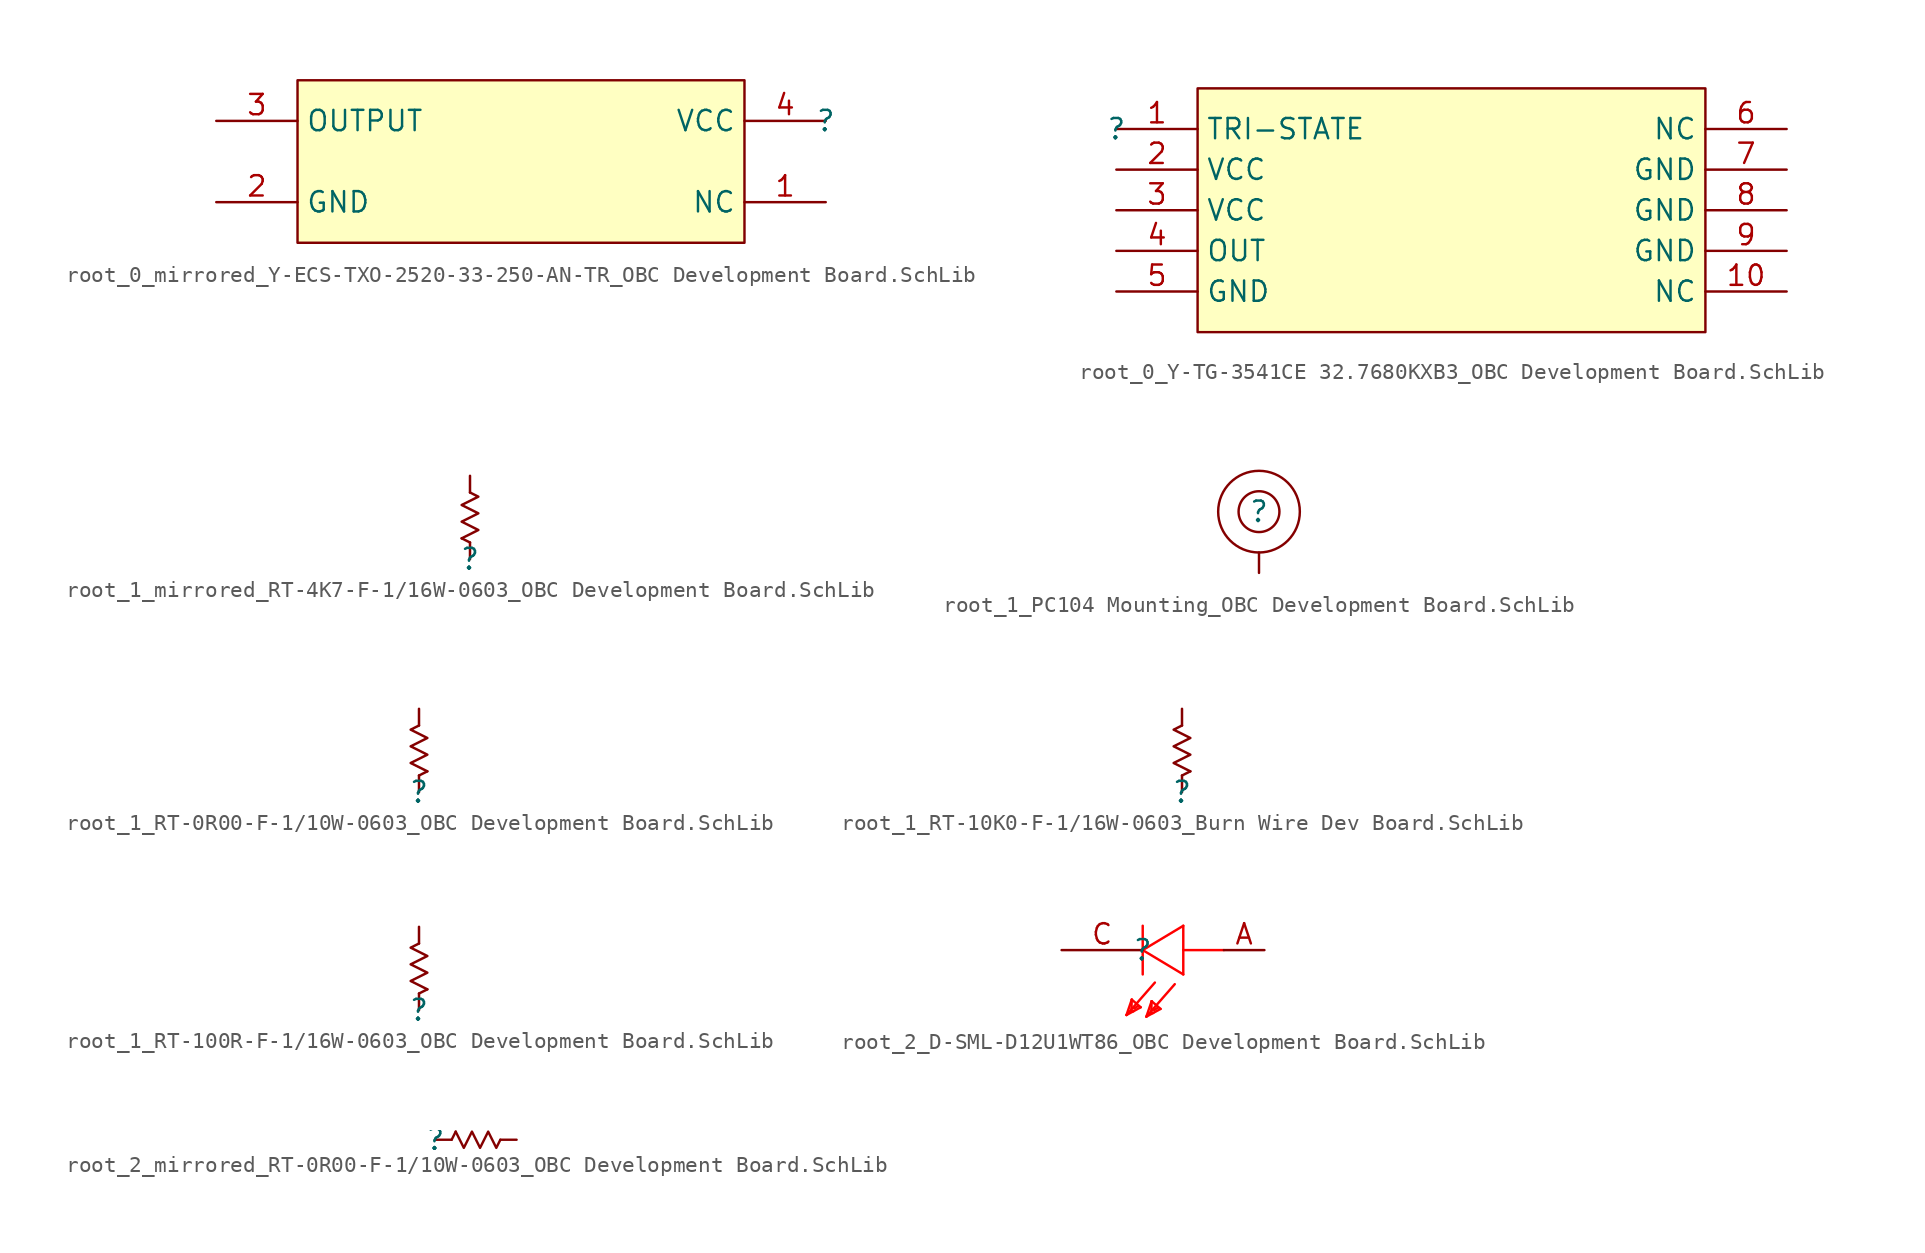
<source format=kicad_sym>
(kicad_symbol_lib
  (version 20241209)
  (generator "kicad_symbol_editor")
  (generator_version "9.0")
  (symbol "root_0_mirrored_Y-ECS-TXO-2520-33-250-AN-TR_OBC Development Board.SchLib"
    (property "Reference" ""
      (at 0 0 0)
      (effects (font (size 1.27 1.27))))
    (property "Value" ""
      (at 0 0 0)
      (effects (font (size 1.27 1.27))))
    (symbol "root_0_mirrored_Y-ECS-TXO-2520-33-250-AN-TR_OBC Development Board.SchLib_1_0"
      (rectangle (start -5.08 2.54) (end -33.02 -7.62) (stroke (width 0) (type solid) (color 128 0 0 1)) (fill (type background)))
      (pin passive line (at -38.1 0 0) (length 5.08) (name "OUTPUT" (effects (font (size 1.27 1.27)))) (number "3" (effects (font (size 1.27 1.27)))))
      (pin passive line (at -38.1 -5.08 0) (length 5.08) (name "GND" (effects (font (size 1.27 1.27)))) (number "2" (effects (font (size 1.27 1.27)))))
      (pin passive line (at 0 0 180) (length 5.08) (name "VCC" (effects (font (size 1.27 1.27)))) (number "4" (effects (font (size 1.27 1.27)))))
      (pin passive line (at 0 -5.08 180) (length 5.08) (name "NC" (effects (font (size 1.27 1.27)))) (number "1" (effects (font (size 1.27 1.27)))))))
  (symbol "root_0_Y-TG-3541CE 32.7680KXB3_OBC Development Board.SchLib"
    (property "Reference" ""
      (at 0 0 0)
      (effects (font (size 1.27 1.27))))
    (property "Value" ""
      (at 0 0 0)
      (effects (font (size 1.27 1.27))))
    (symbol "root_0_Y-TG-3541CE 32.7680KXB3_OBC Development Board.SchLib_1_0"
      (rectangle (start 36.83 2.54) (end 5.08 -12.7) (stroke (width 0) (type solid) (color 128 0 0 1)) (fill (type background)))
      (pin passive line (at 0 0 0) (length 5.08) (name "TRI-STATE" (effects (font (size 1.27 1.27)))) (number "1" (effects (font (size 1.27 1.27)))))
      (pin passive line (at 0 -2.54 0) (length 5.08) (name "VCC" (effects (font (size 1.27 1.27)))) (number "2" (effects (font (size 1.27 1.27)))))
      (pin passive line (at 0 -5.08 0) (length 5.08) (name "VCC" (effects (font (size 1.27 1.27)))) (number "3" (effects (font (size 1.27 1.27)))))
      (pin passive line (at 0 -7.62 0) (length 5.08) (name "OUT" (effects (font (size 1.27 1.27)))) (number "4" (effects (font (size 1.27 1.27)))))
      (pin passive line (at 0 -10.16 0) (length 5.08) (name "GND" (effects (font (size 1.27 1.27)))) (number "5" (effects (font (size 1.27 1.27)))))
      (pin passive line (at 41.91 0 180) (length 5.08) (name "NC" (effects (font (size 1.27 1.27)))) (number "6" (effects (font (size 1.27 1.27)))))
      (pin passive line (at 41.91 -2.54 180) (length 5.08) (name "GND" (effects (font (size 1.27 1.27)))) (number "7" (effects (font (size 1.27 1.27)))))
      (pin passive line (at 41.91 -5.08 180) (length 5.08) (name "GND" (effects (font (size 1.27 1.27)))) (number "8" (effects (font (size 1.27 1.27)))))
      (pin passive line (at 41.91 -7.62 180) (length 5.08) (name "GND" (effects (font (size 1.27 1.27)))) (number "9" (effects (font (size 1.27 1.27)))))
      (pin passive line (at 41.91 -10.16 180) (length 5.08) (name "NC" (effects (font (size 1.27 1.27)))) (number "10" (effects (font (size 1.27 1.27)))))))
  (symbol "root_1_mirrored_RT-4K7-F-1/16W-0603_OBC Development Board.SchLib"
    (pin_numbers
      (hide yes))
    (pin_names
      (hide yes))
    (property "Reference" ""
      (at 0 0 0)
      (effects (font (size 1.27 1.27))))
    (property "Value" ""
      (at 0 0 0)
      (effects (font (size 1.27 1.27))))
    (symbol "root_1_mirrored_RT-4K7-F-1/16W-0603_OBC Development Board.SchLib_1_0"
      (polyline (pts (xy -0.508 1.27) (xy 0 1.016)) (stroke (width 0) (type solid)) (fill (type none)))
      (polyline (pts (xy -0.508 1.27) (xy 0.508 1.778) (xy -0.508 2.286) (xy 0.508 2.794) (xy -0.508 3.302) (xy 0.508 3.81) (xy 0 4.064)) (stroke (width 0) (type solid)) (fill (type none)))
      (pin passive line (at 0 5.08 270) (length 1.016) (name "" (effects (font (size 1.27 1.27)))) (number "2" (effects (font (size 1.27 1.27)))))
      (pin passive line (at 0 0 90) (length 1.016) (name "" (effects (font (size 1.27 1.27)))) (number "1" (effects (font (size 1.27 1.27)))))))
  (symbol "root_1_PC104 Mounting_OBC Development Board.SchLib"
    (pin_numbers
      (hide yes))
    (pin_names
      (hide yes))
    (property "Reference" ""
      (at 0 0 0)
      (effects (font (size 1.27 1.27))))
    (property "Value" ""
      (at 0 0 0)
      (effects (font (size 1.27 1.27))))
    (symbol "root_1_PC104 Mounting_OBC Development Board.SchLib_1_0"
      (circle (center 0 0) (radius 1.27) (stroke (width 0) (type solid)) (fill (type none)))
      (circle (center 0 0) (radius 2.54) (stroke (width 0) (type solid)) (fill (type none)))
      (pin passive line (at 0 -3.81 90) (length 1.27) (name "" (effects (font (size 1.27 1.27)))) (number "1" (effects (font (size 1.27 1.27)))))))
  (symbol "root_1_RT-0R00-F-1/10W-0603_OBC Development Board.SchLib"
    (pin_numbers
      (hide yes))
    (pin_names
      (hide yes))
    (property "Reference" ""
      (at 0 0 0)
      (effects (font (size 1.27 1.27))))
    (property "Value" ""
      (at 0 0 0)
      (effects (font (size 1.27 1.27))))
    (symbol "root_1_RT-0R00-F-1/10W-0603_OBC Development Board.SchLib_1_0"
      (polyline (pts (xy 0.508 1.27) (xy 0 1.016)) (stroke (width 0) (type solid)) (fill (type none)))
      (polyline (pts (xy 0.508 1.27) (xy -0.508 1.778) (xy 0.508 2.286) (xy -0.508 2.794) (xy 0.508 3.302) (xy -0.508 3.81) (xy 0 4.064)) (stroke (width 0) (type solid)) (fill (type none)))
      (pin passive line (at 0 5.08 270) (length 1.016) (name "" (effects (font (size 1.27 1.27)))) (number "2" (effects (font (size 1.27 1.27)))))
      (pin passive line (at 0 0 90) (length 1.016) (name "" (effects (font (size 1.27 1.27)))) (number "1" (effects (font (size 1.27 1.27)))))))
  (symbol "root_1_RT-10K0-F-1/16W-0603_Burn Wire Dev Board.SchLib"
    (pin_numbers
      (hide yes))
    (pin_names
      (hide yes))
    (property "Reference" ""
      (at 0 0 0)
      (effects (font (size 1.27 1.27))))
    (property "Value" ""
      (at 0 0 0)
      (effects (font (size 1.27 1.27))))
    (symbol "root_1_RT-10K0-F-1/16W-0603_Burn Wire Dev Board.SchLib_1_0"
      (polyline (pts (xy 0.508 1.27) (xy 0 1.016)) (stroke (width 0) (type solid)) (fill (type none)))
      (polyline (pts (xy 0.508 1.27) (xy -0.508 1.778) (xy 0.508 2.286) (xy -0.508 2.794) (xy 0.508 3.302) (xy -0.508 3.81) (xy 0 4.064)) (stroke (width 0) (type solid)) (fill (type none)))
      (pin passive line (at 0 5.08 270) (length 1.016) (name "" (effects (font (size 1.27 1.27)))) (number "2" (effects (font (size 1.27 1.27)))))
      (pin passive line (at 0 0 90) (length 1.016) (name "" (effects (font (size 1.27 1.27)))) (number "1" (effects (font (size 1.27 1.27)))))))
  (symbol "root_1_RT-100R-F-1/16W-0603_OBC Development Board.SchLib"
    (pin_numbers
      (hide yes))
    (pin_names
      (hide yes))
    (property "Reference" ""
      (at 0 0 0)
      (effects (font (size 1.27 1.27))))
    (property "Value" ""
      (at 0 0 0)
      (effects (font (size 1.27 1.27))))
    (symbol "root_1_RT-100R-F-1/16W-0603_OBC Development Board.SchLib_1_0"
      (polyline (pts (xy 0.508 1.27) (xy 0 1.016)) (stroke (width 0) (type solid)) (fill (type none)))
      (polyline (pts (xy 0.508 1.27) (xy -0.508 1.778) (xy 0.508 2.286) (xy -0.508 2.794) (xy 0.508 3.302) (xy -0.508 3.81) (xy 0 4.064)) (stroke (width 0) (type solid)) (fill (type none)))
      (pin passive line (at 0 5.08 270) (length 1.016) (name "" (effects (font (size 1.27 1.27)))) (number "2" (effects (font (size 1.27 1.27)))))
      (pin passive line (at 0 0 90) (length 1.016) (name "" (effects (font (size 1.27 1.27)))) (number "1" (effects (font (size 1.27 1.27)))))))
  (symbol "root_2_D-SML-D12U1WT86_OBC Development Board.SchLib"
    (pin_names
      (hide yes))
    (property "Reference" ""
      (at 0 0 0)
      (effects (font (size 1.27 1.27))))
    (property "Value" ""
      (at 0 0 0)
      (effects (font (size 1.27 1.27))))
    (symbol "root_2_D-SML-D12U1WT86_OBC Development Board.SchLib_1_0"
      (polyline (pts (xy -1.016 -4.064) (xy -0.686 -3.099)) (stroke (width 0) (type solid) (color 255 0 0 1)) (fill (type none)))
      (polyline (pts (xy -1.016 -4.064) (xy 0.762 -2.032)) (stroke (width 0) (type solid) (color 255 0 0 1)) (fill (type none)))
      (polyline (pts (xy -0.711 -3.835) (xy -0.584 -3.835)) (stroke (width 0) (type solid) (color 255 0 0 1)) (fill (type none)))
      (polyline (pts (xy -0.686 -3.099) (xy -0.711 -3.835)) (stroke (width 0) (type solid) (color 255 0 0 1)) (fill (type none)))
      (polyline (pts (xy -0.686 -3.099) (xy -0.127 -3.581)) (stroke (width 0) (type solid) (color 255 0 0 1)) (fill (type none)))
      (polyline (pts (xy -0.305 -3.505) (xy -0.533 -3.658)) (stroke (width 0) (type solid) (color 255 0 0 1)) (fill (type none)))
      (polyline (pts (xy -0.127 -3.581) (xy -1.016 -4.064)) (stroke (width 0) (type solid) (color 255 0 0 1)) (fill (type none)))
      (polyline (pts (xy 0 0) (xy 2.54 -1.524)) (stroke (width 0) (type solid) (color 255 0 0 1)) (fill (type none)))
      (polyline (pts (xy 0 -1.524) (xy 0 1.524)) (stroke (width 0) (type solid) (color 255 0 0 1)) (fill (type none)))
      (polyline (pts (xy 0.229 -4.166) (xy 0.559 -3.2)) (stroke (width 0) (type solid) (color 255 0 0 1)) (fill (type none)))
      (polyline (pts (xy 0.229 -4.166) (xy 2.007 -2.134)) (stroke (width 0) (type solid) (color 255 0 0 1)) (fill (type none)))
      (polyline (pts (xy 0.533 -3.937) (xy 0.66 -3.937)) (stroke (width 0) (type solid) (color 255 0 0 1)) (fill (type none)))
      (polyline (pts (xy 0.559 -3.2) (xy 0.533 -3.937)) (stroke (width 0) (type solid) (color 255 0 0 1)) (fill (type none)))
      (polyline (pts (xy 0.559 -3.2) (xy 1.118 -3.683)) (stroke (width 0) (type solid) (color 255 0 0 1)) (fill (type none)))
      (polyline (pts (xy 0.94 -3.607) (xy 0.711 -3.759)) (stroke (width 0) (type solid) (color 255 0 0 1)) (fill (type none)))
      (polyline (pts (xy 1.118 -3.683) (xy 0.229 -4.166)) (stroke (width 0) (type solid) (color 255 0 0 1)) (fill (type none)))
      (polyline (pts (xy 2.54 1.524) (xy 0 0)) (stroke (width 0) (type solid) (color 255 0 0 1)) (fill (type none)))
      (polyline (pts (xy 2.54 0) (xy 2.54 1.524)) (stroke (width 0) (type solid) (color 255 0 0 1)) (fill (type none)))
      (polyline (pts (xy 2.54 0) (xy 5.08 0)) (stroke (width 0) (type solid) (color 255 0 0 1)) (fill (type none)))
      (polyline (pts (xy 2.54 -1.524) (xy 2.54 0)) (stroke (width 0) (type solid) (color 255 0 0 1)) (fill (type none)))
      (pin passive line (at -5.08 0 0) (length 5.08) (name "C" (effects (font (size 1.27 1.27)))) (number "C" (effects (font (size 1.27 1.27)))))
      (pin passive line (at 7.62 0 180) (length 2.54) (name "A" (effects (font (size 1.27 1.27)))) (number "A" (effects (font (size 1.27 1.27)))))))
  (symbol "root_2_mirrored_RT-0R00-F-1/10W-0603_OBC Development Board.SchLib"
    (pin_numbers
      (hide yes))
    (pin_names
      (hide yes))
    (property "Reference" ""
      (at 0 0 0)
      (effects (font (size 1.27 1.27))))
    (property "Value" ""
      (at 0 0 0)
      (effects (font (size 1.27 1.27))))
    (symbol "root_2_mirrored_RT-0R00-F-1/10W-0603_OBC Development Board.SchLib_1_0"
      (polyline (pts (xy 1.27 0.508) (xy 1.016 0)) (stroke (width 0) (type solid)) (fill (type none)))
      (polyline (pts (xy 1.27 0.508) (xy 1.778 -0.508) (xy 2.286 0.508) (xy 2.794 -0.508) (xy 3.302 0.508) (xy 3.81 -0.508) (xy 4.064 0)) (stroke (width 0) (type solid)) (fill (type none)))
      (pin passive line (at 0 0 0) (length 1.016) (name "" (effects (font (size 1.27 1.27)))) (number "1" (effects (font (size 1.27 1.27)))))
      (pin passive line (at 5.08 0 180) (length 1.016) (name "" (effects (font (size 1.27 1.27)))) (number "2" (effects (font (size 1.27 1.27))))))))
</source>
